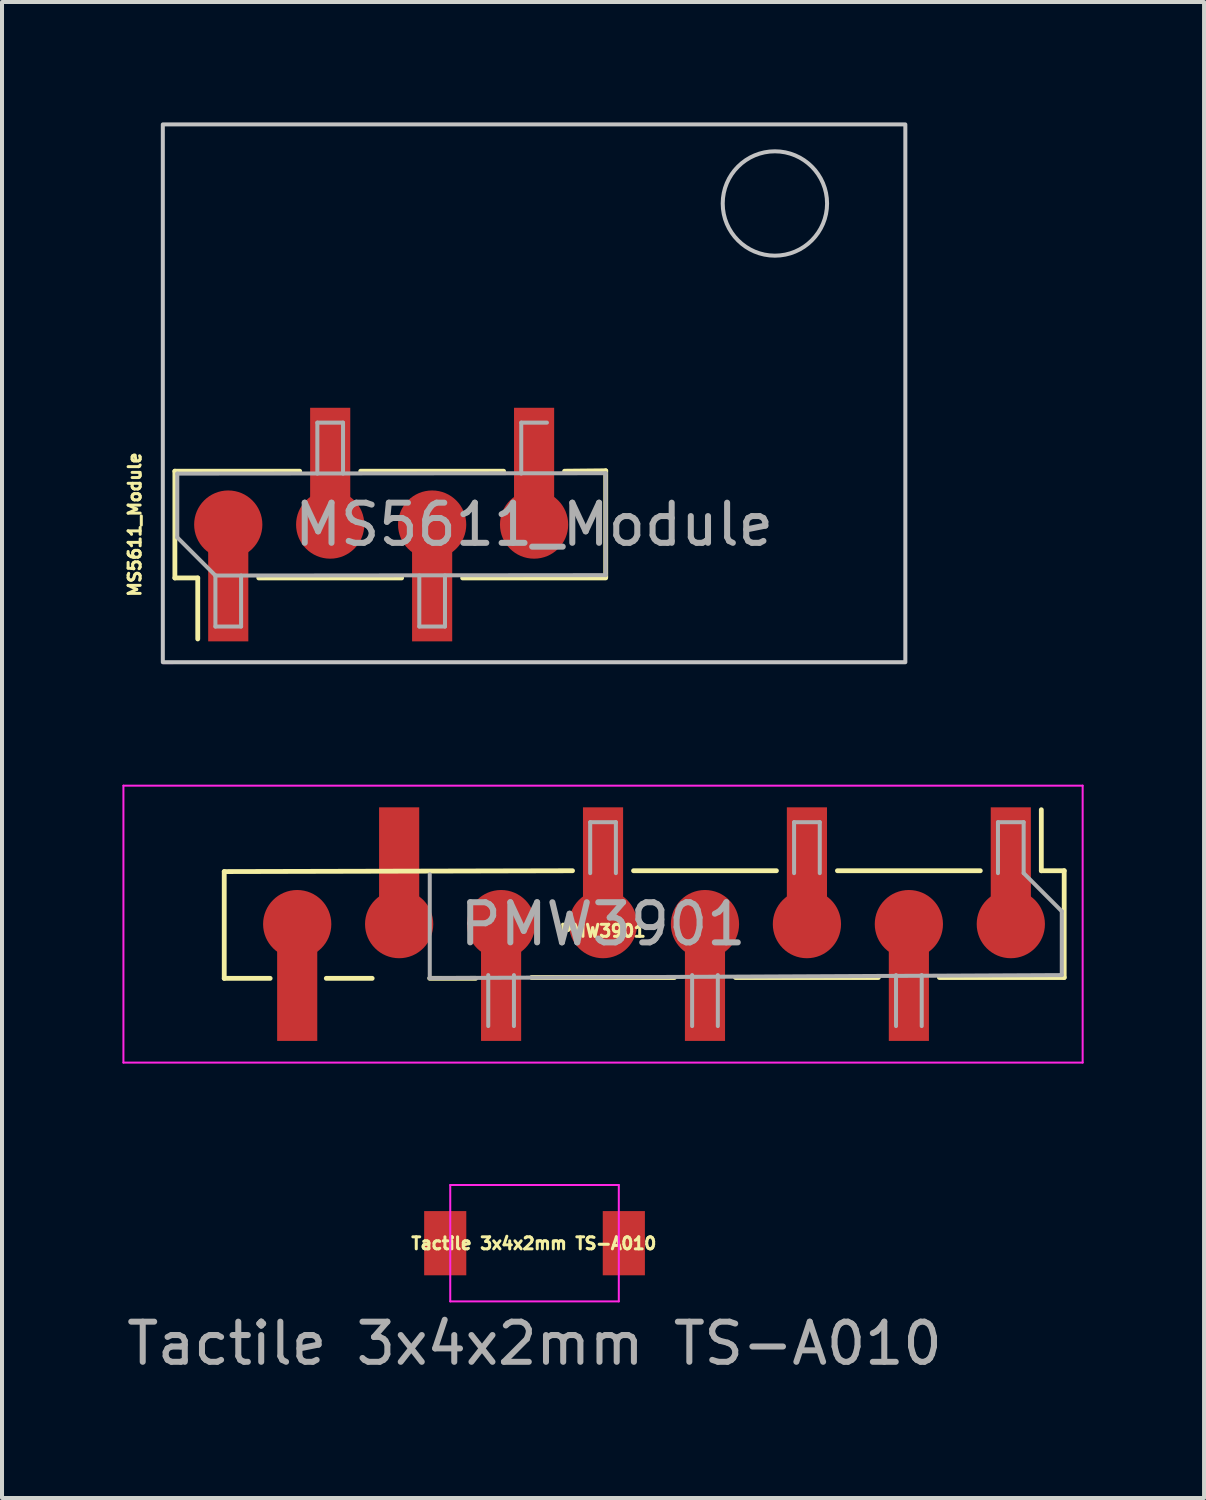
<source format=kicad_pcb>
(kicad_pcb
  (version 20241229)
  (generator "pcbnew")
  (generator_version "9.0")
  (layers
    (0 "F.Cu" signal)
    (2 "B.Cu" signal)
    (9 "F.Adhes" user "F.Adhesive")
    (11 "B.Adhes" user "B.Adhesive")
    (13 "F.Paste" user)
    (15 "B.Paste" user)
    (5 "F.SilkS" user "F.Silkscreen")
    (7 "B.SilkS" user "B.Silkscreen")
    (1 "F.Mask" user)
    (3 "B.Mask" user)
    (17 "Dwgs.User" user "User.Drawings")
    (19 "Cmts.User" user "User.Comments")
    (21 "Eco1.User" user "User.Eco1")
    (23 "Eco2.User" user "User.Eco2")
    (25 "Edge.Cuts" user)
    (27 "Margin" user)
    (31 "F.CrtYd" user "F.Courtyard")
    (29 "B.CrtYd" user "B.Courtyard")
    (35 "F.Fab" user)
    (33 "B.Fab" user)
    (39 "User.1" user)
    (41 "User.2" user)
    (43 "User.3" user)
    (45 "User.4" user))
  (footprint "Tactile 3x4x2mm TS-A010"
    (layer "F.Cu")
    (at 10.268 27.925)
    (property "Reference" "Tactile 3x4x2mm TS-A010" (at -0.018 0.006 0) (unlocked yes) (layer "F.SilkS") (effects (font (size 0.3 0.3) (thickness 0.075))))
    (attr smd)
    (fp_line (start -2.1 -1.45) (end 2.1 -1.45) (stroke (width 0.05) (type solid)) (layer "F.CrtYd"))
    (fp_line (start -2.1 0) (end -2.1 -1.45) (stroke (width 0.05) (type solid)) (layer "F.CrtYd"))
    (fp_line (start -2.1 1.45) (end -2.1 0) (stroke (width 0.05) (type solid)) (layer "F.CrtYd"))
    (fp_line (start 2.1 -1.45) (end 2.1 0) (stroke (width 0.05) (type solid)) (layer "F.CrtYd"))
    (fp_line (start 2.1 0) (end 2.1 1.45) (stroke (width 0.05) (type solid)) (layer "F.CrtYd"))
    (fp_line (start 2.1 1.45) (end -2.1 1.45) (stroke (width 0.05) (type solid)) (layer "F.CrtYd"))
    (fp_text user "${REFERENCE}" (at 0 2.5 0) (unlocked yes) (layer "F.Fab") (effects (font (size 1 1) (thickness 0.15))))
    (pad "1" smd rect (at -2.225 0) (size 1.05 1.6) (layers "F.Cu" "F.Mask" "F.Paste"))
    (pad "2" smd rect (at 2.225 0) (size 1.05 1.6) (layers "F.Cu" "F.Mask" "F.Paste")))
  (footprint "MS5611_Module"
    (layer "F.Cu")
    (at 10.257 10.02)
    (property "Reference" "MS5611_Module" (at -9.95 0 270) (layer "F.SilkS") (effects (font (size 0.3 0.3) (thickness 0.075))))
    (attr smd exclude_from_bom)
    (fp_line (start -8.95 -1.33) (end -8.95 1.33) (stroke (width 0.12) (type solid)) (layer "F.SilkS"))
    (fp_line (start -8.38 1.33) (end -8.95 1.33) (stroke (width 0.12) (type solid)) (layer "F.SilkS"))
    (fp_line (start -8.38 2.85) (end -8.38 1.33) (stroke (width 0.12) (type solid)) (layer "F.SilkS"))
    (fp_line (start -5.84 -1.33) (end -8.95 -1.33) (stroke (width 0.12) (type solid)) (layer "F.SilkS"))
    (fp_line (start -3.3 1.33) (end -6.86 1.33) (stroke (width 0.12) (type solid)) (layer "F.SilkS"))
    (fp_line (start -0.76 -1.33) (end -4.32 -1.33) (stroke (width 0.12) (type solid)) (layer "F.SilkS"))
    (fp_line (start 1.78 1.33) (end -1.78 1.33) (stroke (width 0.12) (type solid)) (layer "F.SilkS"))
    (fp_line (start 1.785 -1.34) (end 0.76 -1.33) (stroke (width 0.12) (type solid)) (layer "F.SilkS"))
    (fp_line (start 1.785 -1.34) (end 1.785 1.32) (stroke (width 0.12) (type solid)) (layer "F.SilkS"))
    (fp_rect (start 9.25 3.43) (end -9.25 -9.97) (stroke (width 0.1) (type default)) (fill no) (layer "Dwgs.User"))
    (fp_circle (center 6 -8) (end 7.3 -8) (stroke (width 0.1) (type default)) (fill no) (layer "Dwgs.User"))
    (fp_line (start -9.25 -9.97) (end 9.25 -9.97) (stroke (width 0.05) (type solid)) (layer "F.CrtYd"))
    (fp_line (start -9.25 3.45) (end -9.25 -9.97) (stroke (width 0.05) (type solid)) (layer "F.CrtYd"))
    (fp_line (start 9.25 -9.97) (end 9.25 3.433) (stroke (width 0.05) (type solid)) (layer "F.CrtYd"))
    (fp_line (start 9.25 3.433) (end -9.25 3.45) (stroke (width 0.05) (type solid)) (layer "F.CrtYd"))
    (fp_line (start -8.89 -1.27) (end -8.89 0.32) (stroke (width 0.1) (type solid)) (layer "F.Fab"))
    (fp_line (start -8.89 0.32) (end -7.94 1.27) (stroke (width 0.1) (type solid)) (layer "F.Fab"))
    (fp_line (start -7.94 1.27) (end 1.785 1.26) (stroke (width 0.1) (type solid)) (layer "F.Fab"))
    (fp_line (start -7.94 2.54) (end -7.94 1.27) (stroke (width 0.1) (type solid)) (layer "F.Fab"))
    (fp_line (start -7.3 1.27) (end -7.3 2.54) (stroke (width 0.1) (type solid)) (layer "F.Fab"))
    (fp_line (start -7.3 2.54) (end -7.94 2.54) (stroke (width 0.1) (type solid)) (layer "F.Fab"))
    (fp_line (start -5.4 -2.54) (end -5.4 -1.27) (stroke (width 0.1) (type solid)) (layer "F.Fab"))
    (fp_line (start -4.76 -2.54) (end -5.4 -2.54) (stroke (width 0.1) (type solid)) (layer "F.Fab"))
    (fp_line (start -4.76 -1.27) (end -4.76 -2.54) (stroke (width 0.1) (type solid)) (layer "F.Fab"))
    (fp_line (start -2.86 2.54) (end -2.86 1.27) (stroke (width 0.1) (type solid)) (layer "F.Fab"))
    (fp_line (start -2.22 1.27) (end -2.22 2.54) (stroke (width 0.1) (type solid)) (layer "F.Fab"))
    (fp_line (start -2.22 2.54) (end -2.86 2.54) (stroke (width 0.1) (type solid)) (layer "F.Fab"))
    (fp_line (start -0.32 -2.54) (end -0.32 -1.27) (stroke (width 0.1) (type solid)) (layer "F.Fab"))
    (fp_line (start 0.32 -2.54) (end -0.32 -2.54) (stroke (width 0.1) (type solid)) (layer "F.Fab"))
    (fp_line (start 1.785 -1.28) (end -8.89 -1.27) (stroke (width 0.1) (type solid)) (layer "F.Fab"))
    (fp_line (start 1.785 1.26) (end 1.785 -1.28) (stroke (width 0.1) (type solid)) (layer "F.Fab"))
    (fp_text user "${REFERENCE}" (at 0 0 180) (layer "F.Fab") (effects (font (size 1 1) (thickness 0.15))))
    (pad "1" smd circle (at -7.62 0 90) (size 1.7 1.7) (layers "F.Cu" "F.Mask" "F.Paste"))
    (pad "1" smd rect (at -7.62 1.655 90) (size 2.51 1) (layers "F.Cu" "F.Mask" "F.Paste"))
    (pad "2" smd rect (at -5.08 -1.655 90) (size 2.51 1) (layers "F.Cu" "F.Mask" "F.Paste"))
    (pad "2" smd circle (at -5.08 0 90) (size 1.7 1.7) (layers "F.Cu" "F.Mask" "F.Paste"))
    (pad "3" smd circle (at -2.54 0 90) (size 1.7 1.7) (layers "F.Cu" "F.Mask" "F.Paste"))
    (pad "3" smd rect (at -2.54 1.655 90) (size 2.51 1) (layers "F.Cu" "F.Mask" "F.Paste"))
    (pad "4" smd rect (at 0 -1.655 90) (size 2.51 1) (layers "F.Cu" "F.Mask" "F.Paste"))
    (pad "4" smd circle (at 0 0 90) (size 1.7 1.7) (layers "F.Cu" "F.Mask" "F.Paste")))
  (footprint "PMW3901"
    (layer "F.Cu")
    (at 11.975 19.117)
    (property "Reference" "PMW3901" (at -0.008 1.027 180) (layer "F.SilkS") (effects (font (size 0.3 0.3) (thickness 0.075))))
    (attr smd exclude_from_bom)
    (fp_line (start -9.438 -0.451) (end -0.76 -0.472) (stroke (width 0.12) (type solid)) (layer "F.SilkS"))
    (fp_line (start -9.438 2.209) (end -9.438 -0.451) (stroke (width 0.12) (type solid)) (layer "F.SilkS"))
    (fp_line (start -9.438 2.209) (end -8.294 2.209) (stroke (width 0.12) (type solid)) (layer "F.SilkS"))
    (fp_line (start -6.895 2.209) (end -5.752 2.209) (stroke (width 0.12) (type solid)) (layer "F.SilkS"))
    (fp_line (start -4.317 2.209) (end -3.174 2.209) (stroke (width 0.12) (type solid)) (layer "F.SilkS"))
    (fp_line (start -1.78 2.188) (end 1.78 2.188) (stroke (width 0.12) (type solid)) (layer "F.SilkS"))
    (fp_line (start 0.76 -0.472) (end 4.32 -0.472) (stroke (width 0.12) (type solid)) (layer "F.SilkS"))
    (fp_line (start 3.3 2.188) (end 6.86 2.188) (stroke (width 0.12) (type solid)) (layer "F.SilkS"))
    (fp_line (start 5.84 -0.472) (end 9.4 -0.472) (stroke (width 0.12) (type solid)) (layer "F.SilkS"))
    (fp_line (start 8.38 2.188) (end 11.49 2.188) (stroke (width 0.12) (type solid)) (layer "F.SilkS"))
    (fp_line (start 10.92 -1.992) (end 10.92 -0.472) (stroke (width 0.12) (type solid)) (layer "F.SilkS"))
    (fp_line (start 10.92 -0.472) (end 11.49 -0.472) (stroke (width 0.12) (type solid)) (layer "F.SilkS"))
    (fp_line (start 11.49 2.188) (end 11.49 -0.472) (stroke (width 0.12) (type solid)) (layer "F.SilkS"))
    (fp_line (start -11.95 -2.592) (end 11.95 -2.592) (stroke (width 0.05) (type solid)) (layer "F.CrtYd"))
    (fp_line (start -11.95 4.308) (end -11.95 -2.592) (stroke (width 0.05) (type solid)) (layer "F.CrtYd"))
    (fp_line (start 11.95 -2.592) (end 11.95 4.308) (stroke (width 0.05) (type solid)) (layer "F.CrtYd"))
    (fp_line (start 11.95 4.308) (end -11.95 4.308) (stroke (width 0.05) (type solid)) (layer "F.CrtYd"))
    (fp_line (start -4.317 -0.383) (end -4.317 2.157) (stroke (width 0.1) (type solid)) (layer "F.Fab"))
    (fp_line (start -2.86 2.128) (end -2.86 3.398) (stroke (width 0.1) (type solid)) (layer "F.Fab"))
    (fp_line (start -2.22 3.398) (end -2.22 2.128) (stroke (width 0.1) (type solid)) (layer "F.Fab"))
    (fp_line (start -0.32 -1.682) (end 0.32 -1.682) (stroke (width 0.1) (type solid)) (layer "F.Fab"))
    (fp_line (start -0.32 -0.412) (end -0.32 -1.682) (stroke (width 0.1) (type solid)) (layer "F.Fab"))
    (fp_line (start 0.32 -1.682) (end 0.32 -0.412) (stroke (width 0.1) (type solid)) (layer "F.Fab"))
    (fp_line (start 2.22 2.128) (end 2.22 3.398) (stroke (width 0.1) (type solid)) (layer "F.Fab"))
    (fp_line (start 2.86 3.398) (end 2.86 2.128) (stroke (width 0.1) (type solid)) (layer "F.Fab"))
    (fp_line (start 4.76 -0.412) (end 4.76 -1.682) (stroke (width 0.1) (type solid)) (layer "F.Fab"))
    (fp_line (start 4.76 -1.682) (end 5.4 -1.682) (stroke (width 0.1) (type solid)) (layer "F.Fab"))
    (fp_line (start 5.4 -1.682) (end 5.4 -0.412) (stroke (width 0.1) (type solid)) (layer "F.Fab"))
    (fp_line (start 7.3 2.128) (end 7.3 3.398) (stroke (width 0.1) (type solid)) (layer "F.Fab"))
    (fp_line (start 7.94 3.398) (end 7.94 2.128) (stroke (width 0.1) (type solid)) (layer "F.Fab"))
    (fp_line (start 9.84 -1.682) (end 10.48 -1.682) (stroke (width 0.1) (type solid)) (layer "F.Fab"))
    (fp_line (start 9.84 -0.412) (end 9.84 -1.682) (stroke (width 0.1) (type solid)) (layer "F.Fab"))
    (fp_line (start 10.48 -1.682) (end 10.48 -0.412) (stroke (width 0.1) (type solid)) (layer "F.Fab"))
    (fp_line (start 11.43 0.538) (end 10.48 -0.412) (stroke (width 0.1) (type solid)) (layer "F.Fab"))
    (fp_line (start 11.43 2.128) (end -4.329 2.203) (stroke (width 0.1) (type solid)) (layer "F.Fab"))
    (fp_line (start 11.43 2.128) (end 11.43 0.538) (stroke (width 0.1) (type solid)) (layer "F.Fab"))
    (fp_text user "${REFERENCE}" (at 0 0.858 180) (layer "F.Fab") (effects (font (size 1 1) (thickness 0.15))))
    (pad "1" smd rect (at 10.16 -0.797 270) (size 2.51 1) (layers "F.Cu" "F.Mask" "F.Paste"))
    (pad "1" smd circle (at 10.16 0.858 270) (size 1.7 1.7) (layers "F.Cu" "F.Mask" "F.Paste"))
    (pad "2" smd circle (at 7.62 0.858 270) (size 1.7 1.7) (layers "F.Cu" "F.Mask" "F.Paste"))
    (pad "2" smd rect (at 7.62 2.513 270) (size 2.51 1) (layers "F.Cu" "F.Mask" "F.Paste"))
    (pad "3" smd rect (at 5.08 -0.797 270) (size 2.51 1) (layers "F.Cu" "F.Mask" "F.Paste"))
    (pad "3" smd circle (at 5.08 0.858 270) (size 1.7 1.7) (layers "F.Cu" "F.Mask" "F.Paste"))
    (pad "4" smd circle (at 2.54 0.858 270) (size 1.7 1.7) (layers "F.Cu" "F.Mask" "F.Paste"))
    (pad "4" smd rect (at 2.54 2.513 270) (size 2.51 1) (layers "F.Cu" "F.Mask" "F.Paste"))
    (pad "5" smd rect (at 0 -0.797 270) (size 2.51 1) (layers "F.Cu" "F.Mask" "F.Paste"))
    (pad "5" smd circle (at 0 0.858 270) (size 1.7 1.7) (layers "F.Cu" "F.Mask" "F.Paste"))
    (pad "6" smd circle (at -2.54 0.858 270) (size 1.7 1.7) (layers "F.Cu" "F.Mask" "F.Paste"))
    (pad "6" smd rect (at -2.54 2.513 270) (size 2.51 1) (layers "F.Cu" "F.Mask" "F.Paste"))
    (pad "7" smd rect (at -5.08 -0.797 270) (size 2.51 1) (layers "F.Cu" "F.Mask" "F.Paste"))
    (pad "7" smd circle (at -5.08 0.858 270) (size 1.7 1.7) (layers "F.Cu" "F.Mask" "F.Paste"))
    (pad "8" smd circle (at -7.62 0.858 270) (size 1.7 1.7) (layers "F.Cu" "F.Mask" "F.Paste"))
    (pad "8" smd rect (at -7.62 2.513 270) (size 2.51 1) (layers "F.Cu" "F.Mask" "F.Paste")))
  (gr_rect
    (start -3 -3)
    (end 26.95 34.273)
    (stroke (width 0.1) (type default))
    (fill no)
    (layer "Edge.Cuts")))
</source>
